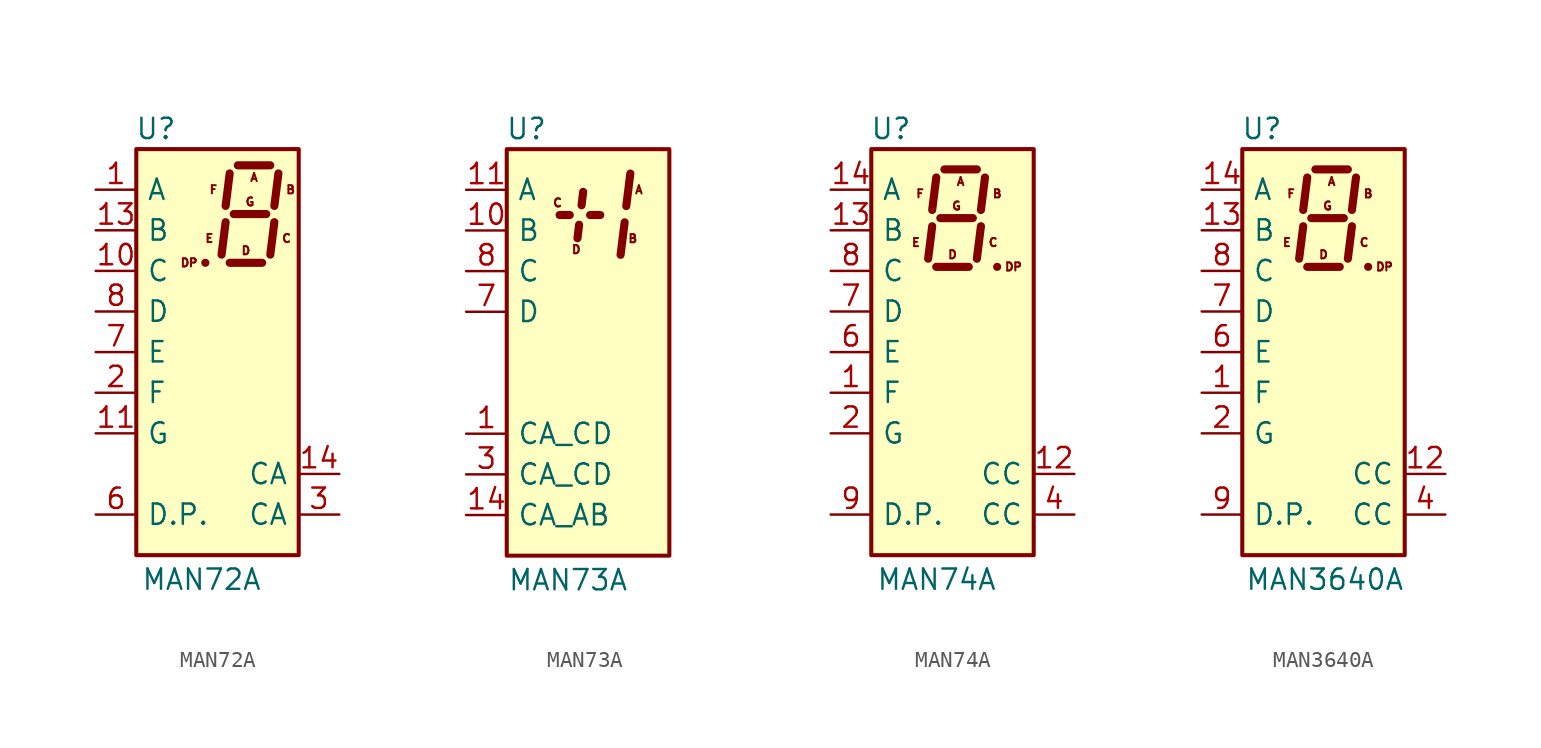
<source format=kicad_sym>
(kicad_symbol_lib
  (version 20200908)
  (generator kicad_symbol_editor)
  (symbol "Display_Character:MAN72A"
    (pin_names
      (offset 0.635))
    (property "Reference" "U"
      (at -2.54 13.97 0)
      (effects (font (size 1.27 1.27)) (justify right)))
    (property "Value" "MAN72A"
      (at 2.794 -14.224 0)
      (effects (font (size 1.27 1.27)) (justify right)))
    (symbol "MAN72A_0_0"
      (text "A" (at 2.286 10.922 0) (effects (font (size 0.508 0.508))))
      (text "B" (at 4.572 10.16 0) (effects (font (size 0.508 0.508))))
      (text "C" (at 4.318 7.112 0) (effects (font (size 0.508 0.508))))
      (text "D" (at 1.778 6.35 0) (effects (font (size 0.508 0.508))))
      (text "DP" (at -1.778 5.588 0) (effects (font (size 0.508 0.508))))
      (text "E" (at -0.508 7.112 0) (effects (font (size 0.508 0.508))))
      (text "F" (at -0.254 10.16 0) (effects (font (size 0.508 0.508))))
      (text "G" (at 2.032 9.398 0) (effects (font (size 0.508 0.508)))))
    (symbol "MAN72A_0_1"
      (rectangle (start -5.08 12.7) (end 5.08 -12.7) (stroke (width 0.254)) (fill (type background)))
      (polyline (pts (xy -0.762 5.588) (xy -0.762 5.588)) (stroke (width 0.508)) (fill (type none)))
      (polyline (pts (xy 0.508 8.128) (xy 0.254 6.096)) (stroke (width 0.508)) (fill (type none)))
      (polyline (pts (xy 0.762 5.588) (xy 2.794 5.588)) (stroke (width 0.508)) (fill (type none)))
      (polyline (pts (xy 0.762 11.176) (xy 0.508 9.144)) (stroke (width 0.508)) (fill (type none)))
      (polyline (pts (xy 1.016 8.636) (xy 3.048 8.636)) (stroke (width 0.508)) (fill (type none)))
      (polyline (pts (xy 1.27 11.684) (xy 3.302 11.684)) (stroke (width 0.508)) (fill (type none)))
      (polyline (pts (xy 3.556 8.128) (xy 3.302 6.096)) (stroke (width 0.508)) (fill (type none)))
      (polyline (pts (xy 3.81 11.176) (xy 3.556 9.144)) (stroke (width 0.508)) (fill (type none))))
    (symbol "MAN72A_1_1"
      (pin input line (at -7.62 10.16 0) (length 2.54) (name "A" (effects (font (size 1.27 1.27)))) (number "1" (effects (font (size 1.27 1.27)))))
      (pin input line (at -7.62 5.08 0) (length 2.54) (name "C" (effects (font (size 1.27 1.27)))) (number "10" (effects (font (size 1.27 1.27)))))
      (pin input line (at -7.62 -5.08 0) (length 2.54) (name "G" (effects (font (size 1.27 1.27)))) (number "11" (effects (font (size 1.27 1.27)))))
      (pin unconnected line (at 7.62 -5.08 180) (length 2.54) hide (name "NC" (effects (font (size 1.27 1.27)))) (number "12" (effects (font (size 1.27 1.27)))))
      (pin input line (at -7.62 7.62 0) (length 2.54) (name "B" (effects (font (size 1.27 1.27)))) (number "13" (effects (font (size 1.27 1.27)))))
      (pin input line (at 7.62 -7.62 180) (length 2.54) (name "CA" (effects (font (size 1.27 1.27)))) (number "14" (effects (font (size 1.27 1.27)))))
      (pin input line (at -7.62 -2.54 0) (length 2.54) (name "F" (effects (font (size 1.27 1.27)))) (number "2" (effects (font (size 1.27 1.27)))))
      (pin input line (at 7.62 -10.16 180) (length 2.54) (name "CA" (effects (font (size 1.27 1.27)))) (number "3" (effects (font (size 1.27 1.27)))))
      (pin unconnected line (at 7.62 2.54 180) (length 2.54) hide (name "NC" (effects (font (size 1.27 1.27)))) (number "4" (effects (font (size 1.27 1.27)))))
      (pin unconnected line (at 7.62 0 180) (length 2.54) hide (name "NC" (effects (font (size 1.27 1.27)))) (number "5" (effects (font (size 1.27 1.27)))))
      (pin input line (at -7.62 -10.16 0) (length 2.54) (name "D.P." (effects (font (size 1.27 1.27)))) (number "6" (effects (font (size 1.27 1.27)))))
      (pin input line (at -7.62 0 0) (length 2.54) (name "E" (effects (font (size 1.27 1.27)))) (number "7" (effects (font (size 1.27 1.27)))))
      (pin input line (at -7.62 2.54 0) (length 2.54) (name "D" (effects (font (size 1.27 1.27)))) (number "8" (effects (font (size 1.27 1.27)))))
      (pin unconnected line (at 7.62 -2.54 180) (length 2.54) hide (name "NC" (effects (font (size 1.27 1.27)))) (number "9" (effects (font (size 1.27 1.27)))))))
  (symbol "Display_Character:MAN73A"
    (pin_names
      (offset 0.635))
    (property "Reference" "U"
      (at -2.54 13.97 0)
      (effects (font (size 1.27 1.27)) (justify right)))
    (property "Value" "MAN73A"
      (at 2.54 -14.224 0)
      (effects (font (size 1.27 1.27)) (justify right)))
    (symbol "MAN73A_0_0"
      (text "A" (at 3.175 10.16 0) (effects (font (size 0.508 0.508))))
      (text "B" (at 2.794 7.112 0) (effects (font (size 0.508 0.508))))
      (text "C" (at -1.905 9.347 0) (effects (font (size 0.508 0.508))))
      (text "D" (at -0.737 6.426 0) (effects (font (size 0.508 0.508)))))
    (symbol "MAN73A_0_1"
      (rectangle (start -5.08 12.7) (end 5.08 -12.7) (stroke (width 0.254)) (fill (type background)))
      (polyline (pts (xy -1.778 8.585) (xy -1.143 8.585)) (stroke (width 0.508)) (fill (type none)))
      (polyline (pts (xy 2.286 8.128) (xy 2.032 6.096)) (stroke (width 0.508)) (fill (type none)))
      (polyline (pts (xy 2.642 11.176) (xy 2.388 9.144)) (stroke (width 0.508)) (fill (type none))))
    (symbol "MAN73A_1_1"
      (polyline (pts (xy -0.66 7.137) (xy -0.559 7.976)) (stroke (width 0.508)) (fill (type none)))
      (polyline (pts (xy -0.305 10.033) (xy -0.406 9.195)) (stroke (width 0.508)) (fill (type none)))
      (polyline (pts (xy 0.127 8.585) (xy 0.762 8.585)) (stroke (width 0.508)) (fill (type none)))
      (pin input line (at -7.62 -5.08 0) (length 2.54) (name "CA_CD" (effects (font (size 1.27 1.27)))) (number "1" (effects (font (size 1.27 1.27)))))
      (pin input line (at -7.62 7.62 0) (length 2.54) (name "B" (effects (font (size 1.27 1.27)))) (number "10" (effects (font (size 1.27 1.27)))))
      (pin input line (at -7.62 10.16 0) (length 2.54) (name "A" (effects (font (size 1.27 1.27)))) (number "11" (effects (font (size 1.27 1.27)))))
      (pin unconnected line (at 7.62 -7.62 180) (length 2.54) hide (name "NC" (effects (font (size 1.27 1.27)))) (number "12" (effects (font (size 1.27 1.27)))))
      (pin unconnected line (at 7.62 -10.16 180) (length 2.54) hide (name "NC" (effects (font (size 1.27 1.27)))) (number "13" (effects (font (size 1.27 1.27)))))
      (pin input line (at -7.62 -10.16 0) (length 2.54) (name "CA_AB" (effects (font (size 1.27 1.27)))) (number "14" (effects (font (size 1.27 1.27)))))
      (pin unconnected line (at 7.62 5.08 180) (length 2.54) hide (name "NC" (effects (font (size 1.27 1.27)))) (number "2" (effects (font (size 1.27 1.27)))))
      (pin input line (at -7.62 -7.62 0) (length 2.54) (name "CA_CD" (effects (font (size 1.27 1.27)))) (number "3" (effects (font (size 1.27 1.27)))))
      (pin unconnected line (at 7.62 2.54 180) (length 2.54) hide (name "NC" (effects (font (size 1.27 1.27)))) (number "4" (effects (font (size 1.27 1.27)))))
      (pin unconnected line (at 7.62 0 180) (length 2.54) hide (name "NC" (effects (font (size 1.27 1.27)))) (number "5" (effects (font (size 1.27 1.27)))))
      (pin unconnected line (at 7.62 -2.54 180) (length 2.54) hide (name "NC" (effects (font (size 1.27 1.27)))) (number "6" (effects (font (size 1.27 1.27)))))
      (pin input line (at -7.62 2.54 0) (length 2.54) (name "D" (effects (font (size 1.27 1.27)))) (number "7" (effects (font (size 1.27 1.27)))))
      (pin input line (at -7.62 5.08 0) (length 2.54) (name "C" (effects (font (size 1.27 1.27)))) (number "8" (effects (font (size 1.27 1.27)))))
      (pin unconnected line (at 7.62 -5.08 180) (length 2.54) hide (name "NC" (effects (font (size 1.27 1.27)))) (number "9" (effects (font (size 1.27 1.27)))))))
  (symbol "Display_Character:MAN74A"
    (pin_names
      (offset 0.635))
    (property "Reference" "U"
      (at -2.54 13.97 0)
      (effects (font (size 1.27 1.27)) (justify right)))
    (property "Value" "MAN74A"
      (at 2.794 -14.224 0)
      (effects (font (size 1.27 1.27)) (justify right)))
    (symbol "MAN74A_0_0"
      (text "A" (at 0.508 10.668 0) (effects (font (size 0.508 0.508))))
      (text "B" (at 2.794 9.906 0) (effects (font (size 0.508 0.508))))
      (text "C" (at 2.54 6.858 0) (effects (font (size 0.508 0.508))))
      (text "D" (at 0 6.096 0) (effects (font (size 0.508 0.508))))
      (text "DP" (at 3.81 5.334 0) (effects (font (size 0.508 0.508))))
      (text "E" (at -2.286 6.858 0) (effects (font (size 0.508 0.508))))
      (text "F" (at -2.032 9.906 0) (effects (font (size 0.508 0.508))))
      (text "G" (at 0.254 9.144 0) (effects (font (size 0.508 0.508)))))
    (symbol "MAN74A_0_1"
      (rectangle (start -5.08 12.7) (end 5.08 -12.7) (stroke (width 0.254)) (fill (type background)))
      (polyline (pts (xy -1.27 7.874) (xy -1.524 5.842)) (stroke (width 0.508)) (fill (type none)))
      (polyline (pts (xy -1.016 5.334) (xy 1.016 5.334)) (stroke (width 0.508)) (fill (type none)))
      (polyline (pts (xy -1.016 10.922) (xy -1.27 8.89)) (stroke (width 0.508)) (fill (type none)))
      (polyline (pts (xy -0.762 8.382) (xy 1.27 8.382)) (stroke (width 0.508)) (fill (type none)))
      (polyline (pts (xy -0.508 11.43) (xy 1.524 11.43)) (stroke (width 0.508)) (fill (type none)))
      (polyline (pts (xy 1.778 7.874) (xy 1.524 5.842)) (stroke (width 0.508)) (fill (type none)))
      (polyline (pts (xy 2.032 10.922) (xy 1.778 8.89)) (stroke (width 0.508)) (fill (type none)))
      (polyline (pts (xy 2.794 5.334) (xy 2.794 5.334)) (stroke (width 0.508)) (fill (type none))))
    (symbol "MAN74A_1_1"
      (pin input line (at -7.62 -2.54 0) (length 2.54) (name "F" (effects (font (size 1.27 1.27)))) (number "1" (effects (font (size 1.27 1.27)))))
      (pin unconnected line (at 7.62 -2.54 180) (length 2.54) hide (name "NC" (effects (font (size 1.27 1.27)))) (number "10" (effects (font (size 1.27 1.27)))))
      (pin unconnected line (at 7.62 -5.08 180) (length 2.54) hide (name "NC" (effects (font (size 1.27 1.27)))) (number "11" (effects (font (size 1.27 1.27)))))
      (pin input line (at 7.62 -7.62 180) (length 2.54) (name "CC" (effects (font (size 1.27 1.27)))) (number "12" (effects (font (size 1.27 1.27)))))
      (pin input line (at -7.62 7.62 0) (length 2.54) (name "B" (effects (font (size 1.27 1.27)))) (number "13" (effects (font (size 1.27 1.27)))))
      (pin input line (at -7.62 10.16 0) (length 2.54) (name "A" (effects (font (size 1.27 1.27)))) (number "14" (effects (font (size 1.27 1.27)))))
      (pin input line (at -7.62 -5.08 0) (length 2.54) (name "G" (effects (font (size 1.27 1.27)))) (number "2" (effects (font (size 1.27 1.27)))))
      (pin unconnected line (at 7.62 2.54 180) (length 2.54) hide (name "NC" (effects (font (size 1.27 1.27)))) (number "3" (effects (font (size 1.27 1.27)))))
      (pin input line (at 7.62 -10.16 180) (length 2.54) (name "CC" (effects (font (size 1.27 1.27)))) (number "4" (effects (font (size 1.27 1.27)))))
      (pin unconnected line (at 7.62 0 180) (length 2.54) hide (name "NC" (effects (font (size 1.27 1.27)))) (number "5" (effects (font (size 1.27 1.27)))))
      (pin input line (at -7.62 0 0) (length 2.54) (name "E" (effects (font (size 1.27 1.27)))) (number "6" (effects (font (size 1.27 1.27)))))
      (pin input line (at -7.62 2.54 0) (length 2.54) (name "D" (effects (font (size 1.27 1.27)))) (number "7" (effects (font (size 1.27 1.27)))))
      (pin input line (at -7.62 5.08 0) (length 2.54) (name "C" (effects (font (size 1.27 1.27)))) (number "8" (effects (font (size 1.27 1.27)))))
      (pin input line (at -7.62 -10.16 0) (length 2.54) (name "D.P." (effects (font (size 1.27 1.27)))) (number "9" (effects (font (size 1.27 1.27)))))))
  (symbol "Display_Character:MAN3640A"
    (pin_names
      (offset 0.635))
    (property "Reference" "U"
      (at -2.54 13.97 0)
      (effects (font (size 1.27 1.27)) (justify right)))
    (property "Value" "MAN3640A"
      (at 5.08 -14.224 0)
      (effects (font (size 1.27 1.27)) (justify right)))
    (symbol "MAN3640A_0_0"
      (text "A" (at 0.508 10.668 0) (effects (font (size 0.508 0.508))))
      (text "B" (at 2.794 9.906 0) (effects (font (size 0.508 0.508))))
      (text "C" (at 2.54 6.858 0) (effects (font (size 0.508 0.508))))
      (text "D" (at 0 6.096 0) (effects (font (size 0.508 0.508))))
      (text "DP" (at 3.81 5.334 0) (effects (font (size 0.508 0.508))))
      (text "E" (at -2.286 6.858 0) (effects (font (size 0.508 0.508))))
      (text "F" (at -2.032 9.906 0) (effects (font (size 0.508 0.508))))
      (text "G" (at 0.254 9.144 0) (effects (font (size 0.508 0.508)))))
    (symbol "MAN3640A_0_1"
      (rectangle (start -5.08 12.7) (end 5.08 -12.7) (stroke (width 0.254)) (fill (type background)))
      (polyline (pts (xy -1.27 7.874) (xy -1.524 5.842)) (stroke (width 0.508)) (fill (type none)))
      (polyline (pts (xy -1.016 5.334) (xy 1.016 5.334)) (stroke (width 0.508)) (fill (type none)))
      (polyline (pts (xy -1.016 10.922) (xy -1.27 8.89)) (stroke (width 0.508)) (fill (type none)))
      (polyline (pts (xy -0.762 8.382) (xy 1.27 8.382)) (stroke (width 0.508)) (fill (type none)))
      (polyline (pts (xy -0.508 11.43) (xy 1.524 11.43)) (stroke (width 0.508)) (fill (type none)))
      (polyline (pts (xy 1.778 7.874) (xy 1.524 5.842)) (stroke (width 0.508)) (fill (type none)))
      (polyline (pts (xy 2.032 10.922) (xy 1.778 8.89)) (stroke (width 0.508)) (fill (type none)))
      (polyline (pts (xy 2.794 5.334) (xy 2.794 5.334)) (stroke (width 0.508)) (fill (type none))))
    (symbol "MAN3640A_1_1"
      (pin input line (at -7.62 -2.54 0) (length 2.54) (name "F" (effects (font (size 1.27 1.27)))) (number "1" (effects (font (size 1.27 1.27)))))
      (pin unconnected line (at 7.62 -2.54 180) (length 2.54) hide (name "NC" (effects (font (size 1.27 1.27)))) (number "10" (effects (font (size 1.27 1.27)))))
      (pin unconnected line (at 7.62 -5.08 180) (length 2.54) hide (name "NC" (effects (font (size 1.27 1.27)))) (number "11" (effects (font (size 1.27 1.27)))))
      (pin input line (at 7.62 -7.62 180) (length 2.54) (name "CC" (effects (font (size 1.27 1.27)))) (number "12" (effects (font (size 1.27 1.27)))))
      (pin input line (at -7.62 7.62 0) (length 2.54) (name "B" (effects (font (size 1.27 1.27)))) (number "13" (effects (font (size 1.27 1.27)))))
      (pin input line (at -7.62 10.16 0) (length 2.54) (name "A" (effects (font (size 1.27 1.27)))) (number "14" (effects (font (size 1.27 1.27)))))
      (pin input line (at -7.62 -5.08 0) (length 2.54) (name "G" (effects (font (size 1.27 1.27)))) (number "2" (effects (font (size 1.27 1.27)))))
      (pin unconnected line (at 7.62 2.54 180) (length 2.54) hide (name "NC" (effects (font (size 1.27 1.27)))) (number "3" (effects (font (size 1.27 1.27)))))
      (pin input line (at 7.62 -10.16 180) (length 2.54) (name "CC" (effects (font (size 1.27 1.27)))) (number "4" (effects (font (size 1.27 1.27)))))
      (pin unconnected line (at 7.62 0 180) (length 2.54) hide (name "NC" (effects (font (size 1.27 1.27)))) (number "5" (effects (font (size 1.27 1.27)))))
      (pin input line (at -7.62 0 0) (length 2.54) (name "E" (effects (font (size 1.27 1.27)))) (number "6" (effects (font (size 1.27 1.27)))))
      (pin input line (at -7.62 2.54 0) (length 2.54) (name "D" (effects (font (size 1.27 1.27)))) (number "7" (effects (font (size 1.27 1.27)))))
      (pin input line (at -7.62 5.08 0) (length 2.54) (name "C" (effects (font (size 1.27 1.27)))) (number "8" (effects (font (size 1.27 1.27)))))
      (pin input line (at -7.62 -10.16 0) (length 2.54) (name "D.P." (effects (font (size 1.27 1.27)))) (number "9" (effects (font (size 1.27 1.27))))))))
</source>
